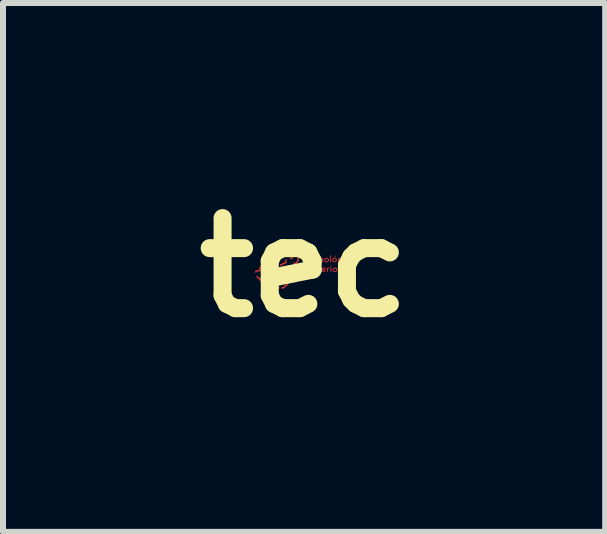
<source format=kicad_pcb>
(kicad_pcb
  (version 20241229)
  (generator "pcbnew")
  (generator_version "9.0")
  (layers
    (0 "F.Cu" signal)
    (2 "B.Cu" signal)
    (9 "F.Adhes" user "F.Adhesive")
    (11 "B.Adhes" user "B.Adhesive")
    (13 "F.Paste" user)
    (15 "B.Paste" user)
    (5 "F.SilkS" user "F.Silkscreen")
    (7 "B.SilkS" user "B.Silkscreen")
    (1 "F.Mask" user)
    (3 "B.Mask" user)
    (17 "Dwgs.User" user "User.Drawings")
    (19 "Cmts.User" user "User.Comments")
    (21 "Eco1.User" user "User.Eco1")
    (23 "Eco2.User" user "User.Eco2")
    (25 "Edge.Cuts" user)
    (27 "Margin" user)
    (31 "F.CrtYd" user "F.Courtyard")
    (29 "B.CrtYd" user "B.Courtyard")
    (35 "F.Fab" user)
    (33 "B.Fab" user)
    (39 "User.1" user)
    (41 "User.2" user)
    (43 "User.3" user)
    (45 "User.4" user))
  (footprint "tec"
    (layer "F.Cu")
    (at 2.014 1.404)
    (property "Reference" "tec" (at 0 0 0) (layer "F.SilkS") (effects (font (size 1.5 1.5) (thickness 0.3))))
    (attr board_only exclude_from_pos_files exclude_from_bom)
    (fp_poly (pts (xy -0.134 -0.178) (xy -0.134 -0.177) (xy -0.135 -0.178) (xy -0.134 -0.179)) (stroke (width 0) (type solid)) (fill yes) (layer "F.Cu"))
    (fp_poly (pts (xy -0.118 -0.182) (xy -0.119 -0.181) (xy -0.119 -0.182) (xy -0.119 -0.183)) (stroke (width 0) (type solid)) (fill yes) (layer "F.Cu"))
    (fp_poly (pts (xy -0.456 -0.276) (xy -0.456 -0.25) (xy -0.469 -0.25) (xy -0.482 -0.25) (xy -0.482 -0.276) (xy -0.482 -0.302) (xy -0.469 -0.302) (xy -0.456 -0.302)) (stroke (width 0) (type solid)) (fill yes) (layer "F.Cu"))
    (fp_poly (pts (xy 0.45 -0.143) (xy 0.45 -0.086) (xy 0.442 -0.086) (xy 0.433 -0.086) (xy 0.433 -0.143) (xy 0.433 -0.2) (xy 0.442 -0.2) (xy 0.45 -0.2)) (stroke (width 0) (type solid)) (fill yes) (layer "F.Cu"))
    (fp_poly (pts (xy 0.678 -0.123) (xy 0.678 -0.086) (xy 0.669 -0.086) (xy 0.66 -0.086) (xy 0.661 -0.122) (xy 0.661 -0.158) (xy 0.669 -0.159) (xy 0.678 -0.159)) (stroke (width 0) (type solid)) (fill yes) (layer "F.Cu"))
    (fp_poly (pts (xy -0.482 -0.328) (xy -0.482 -0.302) (xy -0.495 -0.302) (xy -0.509 -0.302) (xy -0.509 -0.315) (xy -0.509 -0.328) (xy -0.522 -0.328) (xy -0.535 -0.328) (xy -0.535 -0.342) (xy -0.535 -0.355) (xy -0.509 -0.355) (xy -0.482 -0.355)) (stroke (width 0) (type solid)) (fill yes) (layer "F.Cu"))
    (fp_poly (pts (xy 0.447 0.003) (xy 0.456 0.003) (xy 0.456 0.037) (xy 0.456 0.046) (xy 0.456 0.055) (xy 0.456 0.062) (xy 0.456 0.068) (xy 0.456 0.071) (xy 0.456 0.073) (xy 0.455 0.074) (xy 0.451 0.074) (xy 0.447 0.074) (xy 0.438 0.074) (xy 0.438 0.038) (xy 0.438 0.003)) (stroke (width 0) (type solid)) (fill yes) (layer "F.Cu"))
    (fp_poly (pts (xy 0.676 -0.192) (xy 0.679 -0.189) (xy 0.681 -0.185) (xy 0.68 -0.18) (xy 0.678 -0.177) (xy 0.673 -0.174) (xy 0.668 -0.173) (xy 0.664 -0.174) (xy 0.66 -0.177) (xy 0.658 -0.182) (xy 0.658 -0.185) (xy 0.659 -0.189) (xy 0.662 -0.192) (xy 0.665 -0.193) (xy 0.671 -0.194)) (stroke (width 0) (type solid)) (fill yes) (layer "F.Cu"))
    (fp_poly (pts (xy 0.098 -0.185) (xy 0.098 -0.176) (xy 0.081 -0.176) (xy 0.065 -0.176) (xy 0.065 -0.131) (xy 0.065 -0.086) (xy 0.056 -0.086) (xy 0.046 -0.086) (xy 0.046 -0.131) (xy 0.046 -0.176) (xy 0.03 -0.176) (xy 0.013 -0.176) (xy 0.013 -0.185) (xy 0.013 -0.193) (xy 0.056 -0.193) (xy 0.098 -0.193)) (stroke (width 0) (type solid)) (fill yes) (layer "F.Cu"))
    (fp_poly (pts (xy 0.453 -0.032) (xy 0.455 -0.031) (xy 0.458 -0.027) (xy 0.459 -0.023) (xy 0.458 -0.018) (xy 0.454 -0.014) (xy 0.454 -0.014) (xy 0.449 -0.012) (xy 0.444 -0.013) (xy 0.44 -0.016) (xy 0.44 -0.016) (xy 0.437 -0.02) (xy 0.436 -0.024) (xy 0.438 -0.029) (xy 0.439 -0.03) (xy 0.443 -0.032) (xy 0.448 -0.033)) (stroke (width 0) (type solid)) (fill yes) (layer "F.Cu"))
    (fp_poly (pts (xy 0.529 -0.186) (xy 0.524 -0.181) (xy 0.52 -0.176) (xy 0.516 -0.174) (xy 0.514 -0.172) (xy 0.511 -0.171) (xy 0.509 -0.171) (xy 0.507 -0.171) (xy 0.503 -0.171) (xy 0.502 -0.172) (xy 0.502 -0.173) (xy 0.503 -0.174) (xy 0.505 -0.178) (xy 0.508 -0.182) (xy 0.509 -0.184) (xy 0.516 -0.193) (xy 0.526 -0.193) (xy 0.535 -0.193)) (stroke (width 0) (type solid)) (fill yes) (layer "F.Cu"))
    (fp_poly (pts (xy -0.404 -0.291) (xy -0.404 -0.286) (xy -0.404 -0.281) (xy -0.403 -0.279) (xy -0.403 -0.278) (xy -0.403 -0.277) (xy -0.401 -0.277) (xy -0.397 -0.276) (xy -0.392 -0.276) (xy -0.39 -0.276) (xy -0.377 -0.275) (xy -0.377 -0.263) (xy -0.377 -0.25) (xy -0.403 -0.25) (xy -0.429 -0.25) (xy -0.429 -0.276) (xy -0.429 -0.302) (xy -0.417 -0.302) (xy -0.404 -0.302)) (stroke (width 0) (type solid)) (fill yes) (layer "F.Cu"))
    (fp_poly (pts (xy -0.595 0.034) (xy -0.595 0.041) (xy -0.595 0.048) (xy -0.595 0.053) (xy -0.595 0.057) (xy -0.595 0.058) (xy -0.595 0.058) (xy -0.596 0.058) (xy -0.6 0.058) (xy -0.605 0.057) (xy -0.608 0.057) (xy -0.62 0.056) (xy -0.62 0.034) (xy -0.62 0.027) (xy -0.62 0.02) (xy -0.62 0.015) (xy -0.62 0.012) (xy -0.62 0.011) (xy -0.619 0.01) (xy -0.616 0.01) (xy -0.611 0.009) (xy -0.607 0.009) (xy -0.595 0.009)) (stroke (width 0) (type solid)) (fill yes) (layer "F.Cu"))
    (fp_poly (pts (xy -0.163 -0.19) (xy -0.163 -0.176) (xy -0.167 -0.176) (xy -0.169 -0.176) (xy -0.172 -0.175) (xy -0.174 -0.173) (xy -0.177 -0.169) (xy -0.182 -0.165) (xy -0.187 -0.158) (xy -0.188 -0.156) (xy -0.194 -0.149) (xy -0.199 -0.143) (xy -0.204 -0.139) (xy -0.209 -0.137) (xy -0.215 -0.136) (xy -0.222 -0.135) (xy -0.225 -0.135) (xy -0.236 -0.135) (xy -0.236 -0.148) (xy -0.236 -0.162) (xy -0.226 -0.162) (xy -0.217 -0.162) (xy -0.207 -0.174) (xy -0.203 -0.179) (xy -0.199 -0.184) (xy -0.196 -0.188) (xy -0.194 -0.19) (xy -0.188 -0.195) (xy -0.181 -0.199) (xy -0.173 -0.202) (xy -0.17 -0.202) (xy -0.163 -0.203)) (stroke (width 0) (type solid)) (fill yes) (layer "F.Cu"))
    (fp_poly (pts (xy -0.507 -0.07) (xy -0.507 -0.057) (xy -0.514 -0.057) (xy -0.521 -0.056) (xy -0.529 -0.052) (xy -0.535 -0.047) (xy -0.539 -0.041) (xy -0.54 -0.037) (xy -0.541 -0.035) (xy -0.541 -0.03) (xy -0.541 -0.023) (xy -0.541 -0.015) (xy -0.542 -0.005) (xy -0.542 0.006) (xy -0.542 0.013) (xy -0.542 0.058) (xy -0.555 0.058) (xy -0.568 0.058) (xy -0.568 0.013) (xy -0.568 0.002) (xy -0.568 -0.008) (xy -0.568 -0.018) (xy -0.568 -0.026) (xy -0.567 -0.032) (xy -0.567 -0.037) (xy -0.567 -0.039) (xy -0.564 -0.05) (xy -0.558 -0.06) (xy -0.551 -0.068) (xy -0.542 -0.075) (xy -0.531 -0.08) (xy -0.52 -0.083) (xy -0.513 -0.083) (xy -0.507 -0.083)) (stroke (width 0) (type solid)) (fill yes) (layer "F.Cu"))
    (fp_poly (pts (xy -0.085 -0.15) (xy -0.085 -0.139) (xy -0.085 -0.13) (xy -0.086 -0.123) (xy -0.087 -0.117) (xy -0.088 -0.111) (xy -0.09 -0.106) (xy -0.092 -0.101) (xy -0.093 -0.098) (xy -0.095 -0.095) (xy -0.097 -0.092) (xy -0.099 -0.089) (xy -0.103 -0.085) (xy -0.107 -0.079) (xy -0.113 -0.072) (xy -0.116 -0.068) (xy -0.129 -0.053) (xy -0.154 -0.053) (xy -0.179 -0.053) (xy -0.179 -0.066) (xy -0.179 -0.079) (xy -0.16 -0.079) (xy -0.141 -0.079) (xy -0.13 -0.092) (xy -0.124 -0.1) (xy -0.119 -0.106) (xy -0.116 -0.113) (xy -0.113 -0.119) (xy -0.112 -0.127) (xy -0.111 -0.135) (xy -0.11 -0.145) (xy -0.11 -0.156) (xy -0.11 -0.176) (xy -0.097 -0.176) (xy -0.085 -0.176)) (stroke (width 0) (type solid)) (fill yes) (layer "F.Cu"))
    (fp_poly (pts (xy 0.422 0.001) (xy 0.424 0.001) (xy 0.425 0.003) (xy 0.425 0.006) (xy 0.425 0.01) (xy 0.425 0.018) (xy 0.419 0.018) (xy 0.412 0.018) (xy 0.405 0.021) (xy 0.4 0.026) (xy 0.4 0.026) (xy 0.399 0.028) (xy 0.398 0.03) (xy 0.398 0.033) (xy 0.398 0.036) (xy 0.397 0.041) (xy 0.397 0.048) (xy 0.397 0.053) (xy 0.397 0.074) (xy 0.389 0.074) (xy 0.384 0.074) (xy 0.381 0.073) (xy 0.38 0.073) (xy 0.38 0.071) (xy 0.38 0.067) (xy 0.38 0.061) (xy 0.38 0.054) (xy 0.38 0.046) (xy 0.38 0.037) (xy 0.38 0.003) (xy 0.389 0.003) (xy 0.397 0.003) (xy 0.397 0.008) (xy 0.397 0.013) (xy 0.4 0.009) (xy 0.406 0.005) (xy 0.412 0.002) (xy 0.418 0.000157)) (stroke (width 0) (type solid)) (fill yes) (layer "F.Cu"))
    (fp_poly (pts (xy 0.613 0.001) (xy 0.615 0.001) (xy 0.616 0.003) (xy 0.616 0.006) (xy 0.616 0.01) (xy 0.616 0.018) (xy 0.61 0.018) (xy 0.602 0.018) (xy 0.596 0.021) (xy 0.591 0.026) (xy 0.591 0.026) (xy 0.59 0.028) (xy 0.589 0.03) (xy 0.589 0.033) (xy 0.588 0.036) (xy 0.588 0.041) (xy 0.588 0.048) (xy 0.588 0.053) (xy 0.588 0.074) (xy 0.58 0.074) (xy 0.575 0.074) (xy 0.572 0.073) (xy 0.571 0.073) (xy 0.571 0.071) (xy 0.57 0.067) (xy 0.57 0.061) (xy 0.57 0.054) (xy 0.57 0.046) (xy 0.571 0.037) (xy 0.571 0.003) (xy 0.58 0.003) (xy 0.588 0.003) (xy 0.588 0.008) (xy 0.588 0.013) (xy 0.594 0.007) (xy 0.6 0.003) (xy 0.606 0.000472) (xy 0.612 0.000272)) (stroke (width 0) (type solid)) (fill yes) (layer "F.Cu"))
    (fp_poly (pts (xy 0.118 0.003) (xy 0.127 0.003) (xy 0.128 0.026) (xy 0.128 0.034) (xy 0.128 0.042) (xy 0.129 0.047) (xy 0.129 0.051) (xy 0.13 0.052) (xy 0.133 0.057) (xy 0.137 0.059) (xy 0.142 0.06) (xy 0.147 0.059) (xy 0.152 0.057) (xy 0.155 0.052) (xy 0.156 0.052) (xy 0.157 0.049) (xy 0.157 0.044) (xy 0.157 0.036) (xy 0.158 0.026) (xy 0.158 0.025) (xy 0.158 0.003) (xy 0.167 0.003) (xy 0.176 0.003) (xy 0.176 0.038) (xy 0.176 0.074) (xy 0.168 0.074) (xy 0.159 0.074) (xy 0.159 0.069) (xy 0.159 0.063) (xy 0.154 0.068) (xy 0.149 0.073) (xy 0.141 0.076) (xy 0.134 0.077) (xy 0.128 0.076) (xy 0.121 0.072) (xy 0.115 0.067) (xy 0.114 0.064) (xy 0.113 0.062) (xy 0.112 0.06) (xy 0.111 0.058) (xy 0.111 0.055) (xy 0.111 0.05) (xy 0.11 0.044) (xy 0.11 0.036) (xy 0.11 0.031) (xy 0.11 0.003)) (stroke (width 0) (type solid)) (fill yes) (layer "F.Cu"))
    (fp_poly (pts (xy 0.304 -0.158) (xy 0.31 -0.155) (xy 0.315 -0.149) (xy 0.316 -0.147) (xy 0.317 -0.145) (xy 0.318 -0.143) (xy 0.318 -0.14) (xy 0.318 -0.136) (xy 0.319 -0.13) (xy 0.319 -0.122) (xy 0.319 -0.114) (xy 0.319 -0.086) (xy 0.311 -0.086) (xy 0.302 -0.087) (xy 0.302 -0.11) (xy 0.301 -0.121) (xy 0.301 -0.129) (xy 0.3 -0.135) (xy 0.298 -0.139) (xy 0.296 -0.142) (xy 0.293 -0.144) (xy 0.289 -0.144) (xy 0.288 -0.144) (xy 0.281 -0.143) (xy 0.276 -0.14) (xy 0.274 -0.137) (xy 0.273 -0.135) (xy 0.272 -0.133) (xy 0.271 -0.13) (xy 0.271 -0.127) (xy 0.271 -0.122) (xy 0.271 -0.115) (xy 0.271 -0.109) (xy 0.271 -0.086) (xy 0.262 -0.086) (xy 0.253 -0.086) (xy 0.253 -0.123) (xy 0.253 -0.159) (xy 0.262 -0.159) (xy 0.27 -0.159) (xy 0.27 -0.154) (xy 0.27 -0.148) (xy 0.275 -0.153) (xy 0.281 -0.157) (xy 0.288 -0.16) (xy 0.296 -0.16)) (stroke (width 0) (type solid)) (fill yes) (layer "F.Cu"))
    (fp_poly (pts (xy -0.562 -0.256) (xy -0.561 -0.247) (xy -0.561 -0.24) (xy -0.56 -0.235) (xy -0.56 -0.233) (xy -0.557 -0.228) (xy -0.552 -0.226) (xy -0.545 -0.224) (xy -0.539 -0.224) (xy -0.53 -0.224) (xy -0.53 -0.213) (xy -0.529 -0.208) (xy -0.528 -0.204) (xy -0.527 -0.201) (xy -0.525 -0.198) (xy -0.521 -0.193) (xy -0.516 -0.191) (xy -0.512 -0.189) (xy -0.508 -0.189) (xy -0.508 -0.176) (xy -0.507 -0.163) (xy -0.512 -0.163) (xy -0.517 -0.164) (xy -0.522 -0.165) (xy -0.522 -0.165) (xy -0.531 -0.169) (xy -0.539 -0.175) (xy -0.546 -0.182) (xy -0.551 -0.189) (xy -0.552 -0.192) (xy -0.554 -0.196) (xy -0.556 -0.198) (xy -0.559 -0.2) (xy -0.56 -0.2) (xy -0.569 -0.205) (xy -0.577 -0.211) (xy -0.582 -0.22) (xy -0.583 -0.22) (xy -0.584 -0.223) (xy -0.585 -0.226) (xy -0.586 -0.229) (xy -0.586 -0.232) (xy -0.587 -0.236) (xy -0.587 -0.242) (xy -0.587 -0.25) (xy -0.587 -0.252) (xy -0.587 -0.275) (xy -0.574 -0.275) (xy -0.562 -0.276)) (stroke (width 0) (type solid)) (fill yes) (layer "F.Cu"))
    (fp_poly (pts (xy 0.821 -0.158) (xy 0.829 -0.155) (xy 0.836 -0.15) (xy 0.837 -0.149) (xy 0.842 -0.142) (xy 0.846 -0.133) (xy 0.847 -0.124) (xy 0.847 -0.115) (xy 0.844 -0.106) (xy 0.843 -0.105) (xy 0.838 -0.098) (xy 0.832 -0.092) (xy 0.824 -0.087) (xy 0.823 -0.087) (xy 0.817 -0.085) (xy 0.809 -0.085) (xy 0.802 -0.085) (xy 0.795 -0.086) (xy 0.793 -0.087) (xy 0.784 -0.092) (xy 0.777 -0.098) (xy 0.772 -0.107) (xy 0.769 -0.116) (xy 0.769 -0.123) (xy 0.769 -0.124) (xy 0.787 -0.124) (xy 0.788 -0.118) (xy 0.789 -0.113) (xy 0.79 -0.11) (xy 0.796 -0.105) (xy 0.802 -0.102) (xy 0.809 -0.101) (xy 0.816 -0.102) (xy 0.818 -0.103) (xy 0.824 -0.107) (xy 0.827 -0.112) (xy 0.829 -0.119) (xy 0.829 -0.121) (xy 0.828 -0.129) (xy 0.826 -0.135) (xy 0.821 -0.14) (xy 0.818 -0.142) (xy 0.81 -0.144) (xy 0.803 -0.144) (xy 0.797 -0.141) (xy 0.791 -0.136) (xy 0.79 -0.135) (xy 0.788 -0.13) (xy 0.787 -0.124) (xy 0.769 -0.124) (xy 0.77 -0.133) (xy 0.774 -0.142) (xy 0.779 -0.149) (xy 0.787 -0.155) (xy 0.793 -0.158) (xy 0.802 -0.16) (xy 0.811 -0.16)) (stroke (width 0) (type solid)) (fill yes) (layer "F.Cu"))
    (fp_poly (pts (xy -0.351 -0.238) (xy -0.352 -0.228) (xy -0.355 -0.22) (xy -0.36 -0.213) (xy -0.363 -0.209) (xy -0.368 -0.205) (xy -0.373 -0.202) (xy -0.379 -0.199) (xy -0.384 -0.198) (xy -0.385 -0.197) (xy -0.389 -0.197) (xy -0.394 -0.194) (xy -0.401 -0.191) (xy -0.409 -0.186) (xy -0.412 -0.185) (xy -0.42 -0.179) (xy -0.421 -0.17) (xy -0.422 -0.163) (xy -0.423 -0.157) (xy -0.424 -0.155) (xy -0.428 -0.149) (xy -0.434 -0.143) (xy -0.441 -0.139) (xy -0.448 -0.137) (xy -0.451 -0.136) (xy -0.453 -0.137) (xy -0.454 -0.137) (xy -0.454 -0.139) (xy -0.454 -0.143) (xy -0.454 -0.148) (xy -0.454 -0.15) (xy -0.454 -0.156) (xy -0.454 -0.16) (xy -0.453 -0.162) (xy -0.453 -0.163) (xy -0.452 -0.163) (xy -0.45 -0.164) (xy -0.448 -0.167) (xy -0.447 -0.172) (xy -0.446 -0.18) (xy -0.446 -0.181) (xy -0.446 -0.194) (xy -0.426 -0.206) (xy -0.417 -0.211) (xy -0.41 -0.215) (xy -0.404 -0.218) (xy -0.4 -0.221) (xy -0.396 -0.222) (xy -0.392 -0.223) (xy -0.39 -0.223) (xy -0.385 -0.225) (xy -0.38 -0.23) (xy -0.377 -0.236) (xy -0.376 -0.243) (xy -0.376 -0.245) (xy -0.376 -0.249) (xy -0.363 -0.249) (xy -0.351 -0.249)) (stroke (width 0) (type solid)) (fill yes) (layer "F.Cu"))
    (fp_poly (pts (xy 0.222 -0.159) (xy 0.226 -0.159) (xy 0.23 -0.158) (xy 0.233 -0.157) (xy 0.237 -0.154) (xy 0.24 -0.152) (xy 0.24 -0.149) (xy 0.238 -0.146) (xy 0.236 -0.144) (xy 0.23 -0.138) (xy 0.224 -0.141) (xy 0.219 -0.144) (xy 0.212 -0.144) (xy 0.207 -0.142) (xy 0.202 -0.139) (xy 0.198 -0.134) (xy 0.195 -0.127) (xy 0.195 -0.123) (xy 0.196 -0.115) (xy 0.199 -0.109) (xy 0.205 -0.104) (xy 0.205 -0.104) (xy 0.21 -0.101) (xy 0.216 -0.101) (xy 0.222 -0.102) (xy 0.227 -0.104) (xy 0.227 -0.104) (xy 0.23 -0.107) (xy 0.236 -0.101) (xy 0.238 -0.098) (xy 0.24 -0.095) (xy 0.241 -0.094) (xy 0.24 -0.093) (xy 0.237 -0.091) (xy 0.233 -0.089) (xy 0.233 -0.089) (xy 0.227 -0.086) (xy 0.222 -0.085) (xy 0.217 -0.085) (xy 0.215 -0.085) (xy 0.21 -0.085) (xy 0.205 -0.086) (xy 0.202 -0.087) (xy 0.194 -0.091) (xy 0.187 -0.096) (xy 0.182 -0.103) (xy 0.18 -0.106) (xy 0.178 -0.112) (xy 0.177 -0.12) (xy 0.177 -0.128) (xy 0.178 -0.135) (xy 0.18 -0.139) (xy 0.185 -0.147) (xy 0.191 -0.152) (xy 0.197 -0.156) (xy 0.2 -0.158) (xy 0.204 -0.159) (xy 0.208 -0.159) (xy 0.214 -0.16) (xy 0.215 -0.16)) (stroke (width 0) (type solid)) (fill yes) (layer "F.Cu"))
    (fp_poly (pts (xy 0.524 0.002) (xy 0.533 0.005) (xy 0.541 0.01) (xy 0.547 0.017) (xy 0.551 0.026) (xy 0.552 0.036) (xy 0.552 0.041) (xy 0.551 0.05) (xy 0.547 0.058) (xy 0.542 0.065) (xy 0.535 0.07) (xy 0.527 0.074) (xy 0.518 0.076) (xy 0.508 0.076) (xy 0.502 0.075) (xy 0.493 0.071) (xy 0.485 0.065) (xy 0.479 0.058) (xy 0.476 0.05) (xy 0.474 0.04) (xy 0.474 0.037) (xy 0.492 0.037) (xy 0.493 0.044) (xy 0.495 0.05) (xy 0.499 0.055) (xy 0.502 0.057) (xy 0.506 0.059) (xy 0.51 0.06) (xy 0.513 0.06) (xy 0.514 0.06) (xy 0.516 0.06) (xy 0.519 0.06) (xy 0.522 0.058) (xy 0.527 0.055) (xy 0.528 0.054) (xy 0.531 0.05) (xy 0.534 0.046) (xy 0.534 0.042) (xy 0.534 0.034) (xy 0.532 0.028) (xy 0.528 0.022) (xy 0.523 0.019) (xy 0.516 0.017) (xy 0.509 0.017) (xy 0.508 0.017) (xy 0.501 0.02) (xy 0.497 0.025) (xy 0.494 0.031) (xy 0.492 0.037) (xy 0.474 0.037) (xy 0.474 0.036) (xy 0.476 0.026) (xy 0.48 0.017) (xy 0.487 0.01) (xy 0.495 0.005) (xy 0.495 0.004) (xy 0.499 0.002) (xy 0.504 0.001) (xy 0.508 0.001) (xy 0.513 0.001)) (stroke (width 0) (type solid)) (fill yes) (layer "F.Cu"))
    (fp_poly (pts (xy 0.514 -0.16) (xy 0.518 -0.159) (xy 0.522 -0.158) (xy 0.525 -0.157) (xy 0.526 -0.156) (xy 0.534 -0.151) (xy 0.54 -0.144) (xy 0.544 -0.137) (xy 0.546 -0.128) (xy 0.547 -0.12) (xy 0.545 -0.111) (xy 0.542 -0.103) (xy 0.537 -0.096) (xy 0.53 -0.091) (xy 0.524 -0.087) (xy 0.516 -0.086) (xy 0.508 -0.085) (xy 0.5 -0.085) (xy 0.494 -0.087) (xy 0.494 -0.087) (xy 0.485 -0.091) (xy 0.477 -0.098) (xy 0.472 -0.106) (xy 0.47 -0.11) (xy 0.469 -0.113) (xy 0.469 -0.117) (xy 0.469 -0.122) (xy 0.469 -0.125) (xy 0.487 -0.125) (xy 0.487 -0.118) (xy 0.489 -0.112) (xy 0.493 -0.107) (xy 0.498 -0.103) (xy 0.504 -0.101) (xy 0.511 -0.101) (xy 0.517 -0.103) (xy 0.523 -0.107) (xy 0.527 -0.112) (xy 0.529 -0.119) (xy 0.529 -0.121) (xy 0.528 -0.128) (xy 0.526 -0.133) (xy 0.523 -0.137) (xy 0.521 -0.139) (xy 0.515 -0.143) (xy 0.508 -0.144) (xy 0.502 -0.144) (xy 0.496 -0.141) (xy 0.491 -0.136) (xy 0.489 -0.132) (xy 0.487 -0.125) (xy 0.469 -0.125) (xy 0.47 -0.132) (xy 0.473 -0.141) (xy 0.479 -0.149) (xy 0.486 -0.155) (xy 0.488 -0.156) (xy 0.491 -0.158) (xy 0.494 -0.159) (xy 0.498 -0.159) (xy 0.503 -0.16) (xy 0.507 -0.16)) (stroke (width 0) (type solid)) (fill yes) (layer "F.Cu"))
    (fp_poly (pts (xy 0.741 -0.159) (xy 0.745 -0.159) (xy 0.749 -0.158) (xy 0.752 -0.157) (xy 0.757 -0.154) (xy 0.759 -0.152) (xy 0.759 -0.149) (xy 0.757 -0.146) (xy 0.755 -0.144) (xy 0.749 -0.138) (xy 0.744 -0.141) (xy 0.738 -0.144) (xy 0.732 -0.144) (xy 0.726 -0.142) (xy 0.722 -0.139) (xy 0.718 -0.135) (xy 0.715 -0.129) (xy 0.714 -0.123) (xy 0.715 -0.116) (xy 0.716 -0.112) (xy 0.718 -0.109) (xy 0.722 -0.105) (xy 0.724 -0.104) (xy 0.728 -0.102) (xy 0.731 -0.101) (xy 0.736 -0.101) (xy 0.736 -0.101) (xy 0.742 -0.102) (xy 0.746 -0.104) (xy 0.746 -0.104) (xy 0.749 -0.107) (xy 0.755 -0.101) (xy 0.758 -0.098) (xy 0.76 -0.095) (xy 0.76 -0.094) (xy 0.759 -0.093) (xy 0.756 -0.091) (xy 0.752 -0.089) (xy 0.752 -0.089) (xy 0.747 -0.086) (xy 0.742 -0.085) (xy 0.736 -0.085) (xy 0.734 -0.085) (xy 0.729 -0.085) (xy 0.723 -0.086) (xy 0.72 -0.087) (xy 0.713 -0.091) (xy 0.706 -0.096) (xy 0.701 -0.103) (xy 0.7 -0.105) (xy 0.697 -0.112) (xy 0.696 -0.12) (xy 0.696 -0.128) (xy 0.698 -0.136) (xy 0.699 -0.139) (xy 0.704 -0.147) (xy 0.71 -0.152) (xy 0.716 -0.156) (xy 0.72 -0.158) (xy 0.723 -0.159) (xy 0.727 -0.159) (xy 0.733 -0.16) (xy 0.734 -0.16)) (stroke (width 0) (type solid)) (fill yes) (layer "F.Cu"))
    (fp_poly (pts (xy -0.206 0.091) (xy -0.206 0.104) (xy -0.225 0.105) (xy -0.234 0.105) (xy -0.241 0.106) (xy -0.246 0.107) (xy -0.25 0.108) (xy -0.253 0.109) (xy -0.258 0.112) (xy -0.264 0.115) (xy -0.271 0.119) (xy -0.279 0.124) (xy -0.281 0.125) (xy -0.306 0.14) (xy -0.323 0.14) (xy -0.331 0.141) (xy -0.337 0.141) (xy -0.341 0.142) (xy -0.344 0.143) (xy -0.345 0.146) (xy -0.346 0.149) (xy -0.346 0.149) (xy -0.345 0.152) (xy -0.344 0.155) (xy -0.341 0.156) (xy -0.337 0.157) (xy -0.33 0.158) (xy -0.326 0.158) (xy -0.311 0.158) (xy -0.311 0.171) (xy -0.311 0.184) (xy -0.322 0.184) (xy -0.329 0.183) (xy -0.335 0.183) (xy -0.341 0.183) (xy -0.341 0.183) (xy -0.349 0.181) (xy -0.356 0.178) (xy -0.363 0.172) (xy -0.363 0.172) (xy -0.368 0.165) (xy -0.371 0.157) (xy -0.372 0.148) (xy -0.371 0.14) (xy -0.367 0.132) (xy -0.362 0.125) (xy -0.361 0.123) (xy -0.357 0.12) (xy -0.353 0.118) (xy -0.348 0.116) (xy -0.343 0.115) (xy -0.335 0.114) (xy -0.329 0.114) (xy -0.312 0.113) (xy -0.29 0.1) (xy -0.279 0.094) (xy -0.271 0.089) (xy -0.263 0.085) (xy -0.256 0.083) (xy -0.249 0.081) (xy -0.242 0.08) (xy -0.233 0.079) (xy -0.226 0.079) (xy -0.206 0.078)) (stroke (width 0) (type solid)) (fill yes) (layer "F.Cu"))
    (fp_poly (pts (xy 0.382 -0.159) (xy 0.386 -0.159) (xy 0.39 -0.158) (xy 0.394 -0.156) (xy 0.395 -0.156) (xy 0.403 -0.151) (xy 0.409 -0.144) (xy 0.413 -0.135) (xy 0.415 -0.125) (xy 0.415 -0.121) (xy 0.414 -0.111) (xy 0.41 -0.103) (xy 0.404 -0.095) (xy 0.397 -0.09) (xy 0.396 -0.089) (xy 0.389 -0.087) (xy 0.381 -0.085) (xy 0.372 -0.085) (xy 0.364 -0.086) (xy 0.36 -0.087) (xy 0.354 -0.09) (xy 0.348 -0.096) (xy 0.343 -0.102) (xy 0.339 -0.108) (xy 0.339 -0.11) (xy 0.337 -0.12) (xy 0.355 -0.12) (xy 0.357 -0.113) (xy 0.36 -0.108) (xy 0.365 -0.103) (xy 0.368 -0.102) (xy 0.372 -0.101) (xy 0.377 -0.101) (xy 0.382 -0.102) (xy 0.386 -0.103) (xy 0.388 -0.104) (xy 0.393 -0.109) (xy 0.395 -0.113) (xy 0.397 -0.119) (xy 0.397 -0.122) (xy 0.396 -0.127) (xy 0.396 -0.131) (xy 0.394 -0.134) (xy 0.393 -0.136) (xy 0.387 -0.141) (xy 0.381 -0.144) (xy 0.374 -0.144) (xy 0.367 -0.142) (xy 0.366 -0.142) (xy 0.361 -0.138) (xy 0.357 -0.132) (xy 0.355 -0.126) (xy 0.355 -0.12) (xy 0.337 -0.12) (xy 0.337 -0.12) (xy 0.337 -0.13) (xy 0.34 -0.139) (xy 0.345 -0.147) (xy 0.352 -0.153) (xy 0.357 -0.156) (xy 0.361 -0.158) (xy 0.364 -0.159) (xy 0.368 -0.159) (xy 0.374 -0.16) (xy 0.375 -0.16)) (stroke (width 0) (type solid)) (fill yes) (layer "F.Cu"))
    (fp_poly (pts (xy -0.289 -0.11) (xy -0.289 -0.101) (xy -0.289 -0.094) (xy -0.29 -0.089) (xy -0.29 -0.085) (xy -0.291 -0.082) (xy -0.292 -0.079) (xy -0.292 -0.078) (xy -0.298 -0.069) (xy -0.305 -0.063) (xy -0.314 -0.058) (xy -0.324 -0.055) (xy -0.336 -0.054) (xy -0.337 -0.054) (xy -0.341 -0.055) (xy -0.344 -0.054) (xy -0.345 -0.053) (xy -0.346 -0.051) (xy -0.346 -0.051) (xy -0.348 -0.044) (xy -0.353 -0.038) (xy -0.358 -0.034) (xy -0.36 -0.033) (xy -0.363 -0.032) (xy -0.366 -0.032) (xy -0.37 -0.031) (xy -0.376 -0.031) (xy -0.382 -0.031) (xy -0.39 -0.031) (xy -0.395 -0.03) (xy -0.398 -0.031) (xy -0.4 -0.031) (xy -0.401 -0.032) (xy -0.401 -0.033) (xy -0.401 -0.033) (xy -0.401 -0.035) (xy -0.402 -0.039) (xy -0.402 -0.045) (xy -0.402 -0.046) (xy -0.402 -0.056) (xy -0.386 -0.057) (xy -0.38 -0.057) (xy -0.375 -0.057) (xy -0.373 -0.057) (xy -0.371 -0.058) (xy -0.371 -0.059) (xy -0.371 -0.06) (xy -0.37 -0.063) (xy -0.369 -0.066) (xy -0.369 -0.067) (xy -0.365 -0.072) (xy -0.361 -0.076) (xy -0.356 -0.079) (xy -0.35 -0.08) (xy -0.341 -0.081) (xy -0.339 -0.081) (xy -0.331 -0.081) (xy -0.325 -0.082) (xy -0.32 -0.084) (xy -0.318 -0.086) (xy -0.317 -0.088) (xy -0.316 -0.091) (xy -0.316 -0.095) (xy -0.315 -0.101) (xy -0.315 -0.109) (xy -0.315 -0.113) (xy -0.315 -0.135) (xy -0.302 -0.135) (xy -0.289 -0.135)) (stroke (width 0) (type solid)) (fill yes) (layer "F.Cu"))
    (fp_poly (pts (xy -0.266 0.211) (xy -0.263 0.211) (xy -0.261 0.211) (xy -0.26 0.212) (xy -0.26 0.213) (xy -0.26 0.215) (xy -0.26 0.219) (xy -0.26 0.225) (xy -0.259 0.232) (xy -0.259 0.24) (xy -0.259 0.241) (xy -0.259 0.268) (xy -0.265 0.281) (xy -0.27 0.292) (xy -0.276 0.3) (xy -0.282 0.306) (xy -0.289 0.31) (xy -0.297 0.312) (xy -0.303 0.313) (xy -0.309 0.323) (xy -0.315 0.333) (xy -0.323 0.342) (xy -0.333 0.348) (xy -0.335 0.349) (xy -0.338 0.351) (xy -0.341 0.352) (xy -0.345 0.352) (xy -0.349 0.353) (xy -0.355 0.353) (xy -0.362 0.353) (xy -0.381 0.354) (xy -0.381 0.341) (xy -0.381 0.336) (xy -0.381 0.331) (xy -0.381 0.329) (xy -0.381 0.328) (xy -0.38 0.328) (xy -0.376 0.328) (xy -0.371 0.328) (xy -0.365 0.327) (xy -0.363 0.327) (xy -0.356 0.327) (xy -0.351 0.327) (xy -0.348 0.326) (xy -0.345 0.325) (xy -0.343 0.324) (xy -0.341 0.322) (xy -0.338 0.32) (xy -0.335 0.316) (xy -0.332 0.311) (xy -0.329 0.304) (xy -0.328 0.302) (xy -0.32 0.286) (xy -0.309 0.286) (xy -0.304 0.286) (xy -0.3 0.285) (xy -0.296 0.284) (xy -0.294 0.281) (xy -0.292 0.276) (xy -0.289 0.27) (xy -0.287 0.266) (xy -0.286 0.263) (xy -0.286 0.26) (xy -0.285 0.257) (xy -0.285 0.253) (xy -0.285 0.247) (xy -0.285 0.239) (xy -0.285 0.235) (xy -0.285 0.211) (xy -0.272 0.211)) (stroke (width 0) (type solid)) (fill yes) (layer "F.Cu"))
    (fp_poly (pts (xy 0.138 -0.159) (xy 0.147 -0.156) (xy 0.153 -0.15) (xy 0.158 -0.143) (xy 0.161 -0.134) (xy 0.163 -0.126) (xy 0.163 -0.117) (xy 0.135 -0.117) (xy 0.125 -0.116) (xy 0.117 -0.116) (xy 0.111 -0.116) (xy 0.108 -0.116) (xy 0.107 -0.115) (xy 0.108 -0.113) (xy 0.109 -0.11) (xy 0.109 -0.109) (xy 0.113 -0.104) (xy 0.117 -0.101) (xy 0.123 -0.099) (xy 0.13 -0.099) (xy 0.136 -0.101) (xy 0.142 -0.104) (xy 0.144 -0.106) (xy 0.146 -0.109) (xy 0.152 -0.104) (xy 0.155 -0.102) (xy 0.158 -0.1) (xy 0.158 -0.099) (xy 0.158 -0.098) (xy 0.156 -0.095) (xy 0.152 -0.092) (xy 0.149 -0.09) (xy 0.147 -0.089) (xy 0.141 -0.087) (xy 0.134 -0.085) (xy 0.127 -0.085) (xy 0.12 -0.085) (xy 0.115 -0.087) (xy 0.106 -0.091) (xy 0.098 -0.097) (xy 0.093 -0.105) (xy 0.09 -0.114) (xy 0.09 -0.121) (xy 0.091 -0.13) (xy 0.107 -0.13) (xy 0.126 -0.13) (xy 0.133 -0.13) (xy 0.138 -0.13) (xy 0.141 -0.13) (xy 0.143 -0.131) (xy 0.144 -0.131) (xy 0.144 -0.132) (xy 0.144 -0.132) (xy 0.143 -0.138) (xy 0.14 -0.142) (xy 0.135 -0.145) (xy 0.128 -0.147) (xy 0.121 -0.146) (xy 0.115 -0.144) (xy 0.111 -0.139) (xy 0.108 -0.133) (xy 0.107 -0.13) (xy 0.091 -0.13) (xy 0.091 -0.131) (xy 0.094 -0.141) (xy 0.099 -0.148) (xy 0.106 -0.154) (xy 0.115 -0.158) (xy 0.125 -0.16) (xy 0.129 -0.16)) (stroke (width 0) (type solid)) (fill yes) (layer "F.Cu"))
    (fp_poly (pts (xy 0.071 -0.034) (xy 0.08 -0.031) (xy 0.087 -0.027) (xy 0.091 -0.024) (xy 0.084 -0.017) (xy 0.077 -0.01) (xy 0.072 -0.014) (xy 0.066 -0.017) (xy 0.06 -0.018) (xy 0.054 -0.018) (xy 0.048 -0.016) (xy 0.044 -0.013) (xy 0.041 -0.008) (xy 0.041 -0.005) (xy 0.041 -0.001) (xy 0.043 0.002) (xy 0.046 0.005) (xy 0.051 0.008) (xy 0.058 0.011) (xy 0.061 0.012) (xy 0.068 0.014) (xy 0.074 0.017) (xy 0.078 0.019) (xy 0.081 0.021) (xy 0.086 0.027) (xy 0.09 0.034) (xy 0.091 0.042) (xy 0.091 0.049) (xy 0.088 0.057) (xy 0.084 0.064) (xy 0.078 0.069) (xy 0.071 0.074) (xy 0.068 0.075) (xy 0.063 0.076) (xy 0.055 0.077) (xy 0.047 0.077) (xy 0.04 0.076) (xy 0.036 0.075) (xy 0.028 0.071) (xy 0.021 0.067) (xy 0.02 0.066) (xy 0.017 0.063) (xy 0.024 0.056) (xy 0.031 0.049) (xy 0.035 0.052) (xy 0.04 0.057) (xy 0.048 0.059) (xy 0.053 0.06) (xy 0.06 0.059) (xy 0.066 0.056) (xy 0.07 0.052) (xy 0.071 0.047) (xy 0.071 0.042) (xy 0.07 0.039) (xy 0.068 0.036) (xy 0.063 0.033) (xy 0.056 0.03) (xy 0.047 0.027) (xy 0.046 0.027) (xy 0.037 0.023) (xy 0.029 0.018) (xy 0.025 0.012) (xy 0.022 0.005) (xy 0.021 -0.003) (xy 0.022 -0.009) (xy 0.023 -0.014) (xy 0.025 -0.018) (xy 0.029 -0.023) (xy 0.036 -0.029) (xy 0.044 -0.033) (xy 0.054 -0.034) (xy 0.06 -0.035)) (stroke (width 0) (type solid)) (fill yes) (layer "F.Cu"))
    (fp_poly (pts (xy -0.782 0.138) (xy -0.778 0.138) (xy -0.773 0.139) (xy -0.771 0.14) (xy -0.77 0.141) (xy -0.77 0.142) (xy -0.769 0.145) (xy -0.769 0.147) (xy -0.768 0.15) (xy -0.766 0.152) (xy -0.763 0.156) (xy -0.76 0.159) (xy -0.754 0.164) (xy -0.748 0.171) (xy -0.739 0.178) (xy -0.737 0.18) (xy -0.727 0.189) (xy -0.72 0.196) (xy -0.713 0.202) (xy -0.709 0.207) (xy -0.705 0.211) (xy -0.702 0.215) (xy -0.701 0.218) (xy -0.7 0.222) (xy -0.699 0.225) (xy -0.699 0.23) (xy -0.699 0.232) (xy -0.699 0.242) (xy -0.69 0.251) (xy -0.679 0.261) (xy -0.67 0.269) (xy -0.662 0.276) (xy -0.655 0.281) (xy -0.65 0.285) (xy -0.645 0.288) (xy -0.641 0.29) (xy -0.637 0.29) (xy -0.637 0.29) (xy -0.633 0.29) (xy -0.633 0.303) (xy -0.633 0.317) (xy -0.637 0.316) (xy -0.642 0.316) (xy -0.646 0.315) (xy -0.651 0.314) (xy -0.655 0.313) (xy -0.659 0.311) (xy -0.663 0.308) (xy -0.668 0.305) (xy -0.674 0.3) (xy -0.682 0.294) (xy -0.69 0.286) (xy -0.7 0.277) (xy -0.701 0.277) (xy -0.725 0.255) (xy -0.725 0.241) (xy -0.725 0.227) (xy -0.73 0.222) (xy -0.733 0.219) (xy -0.738 0.215) (xy -0.743 0.21) (xy -0.748 0.206) (xy -0.757 0.197) (xy -0.766 0.19) (xy -0.772 0.184) (xy -0.777 0.179) (xy -0.781 0.175) (xy -0.784 0.172) (xy -0.786 0.17) (xy -0.788 0.167) (xy -0.789 0.165) (xy -0.791 0.163) (xy -0.791 0.163) (xy -0.793 0.156) (xy -0.795 0.149) (xy -0.795 0.146) (xy -0.796 0.138) (xy -0.791 0.138) (xy -0.787 0.138)) (stroke (width 0) (type solid)) (fill yes) (layer "F.Cu"))
    (fp_poly (pts (xy 0.332 0.001) (xy 0.334 0.001) (xy 0.343 0.004) (xy 0.351 0.009) (xy 0.356 0.015) (xy 0.36 0.024) (xy 0.361 0.034) (xy 0.361 0.035) (xy 0.362 0.045) (xy 0.335 0.045) (xy 0.325 0.045) (xy 0.318 0.045) (xy 0.313 0.045) (xy 0.309 0.046) (xy 0.308 0.047) (xy 0.307 0.048) (xy 0.308 0.05) (xy 0.309 0.052) (xy 0.309 0.053) (xy 0.312 0.056) (xy 0.317 0.059) (xy 0.322 0.061) (xy 0.327 0.062) (xy 0.331 0.061) (xy 0.337 0.059) (xy 0.341 0.057) (xy 0.343 0.055) (xy 0.345 0.053) (xy 0.346 0.053) (xy 0.348 0.054) (xy 0.35 0.056) (xy 0.354 0.058) (xy 0.356 0.061) (xy 0.358 0.062) (xy 0.358 0.062) (xy 0.357 0.064) (xy 0.354 0.066) (xy 0.353 0.067) (xy 0.347 0.072) (xy 0.339 0.075) (xy 0.33 0.076) (xy 0.322 0.076) (xy 0.317 0.075) (xy 0.307 0.071) (xy 0.3 0.066) (xy 0.295 0.06) (xy 0.291 0.052) (xy 0.289 0.044) (xy 0.289 0.035) (xy 0.291 0.028) (xy 0.307 0.028) (xy 0.308 0.03) (xy 0.31 0.03) (xy 0.314 0.031) (xy 0.32 0.031) (xy 0.325 0.031) (xy 0.334 0.031) (xy 0.339 0.031) (xy 0.343 0.03) (xy 0.344 0.029) (xy 0.344 0.027) (xy 0.342 0.023) (xy 0.34 0.02) (xy 0.337 0.017) (xy 0.337 0.017) (xy 0.33 0.014) (xy 0.323 0.014) (xy 0.317 0.016) (xy 0.312 0.019) (xy 0.309 0.022) (xy 0.308 0.026) (xy 0.307 0.028) (xy 0.291 0.028) (xy 0.291 0.025) (xy 0.295 0.017) (xy 0.302 0.01) (xy 0.31 0.005) (xy 0.317 0.002) (xy 0.323 0.001) (xy 0.327 0.000236)) (stroke (width 0) (type solid)) (fill yes) (layer "F.Cu"))
    (fp_poly (pts (xy 0.249 0.002) (xy 0.258 0.005) (xy 0.265 0.01) (xy 0.27 0.017) (xy 0.273 0.026) (xy 0.275 0.037) (xy 0.275 0.039) (xy 0.273 0.049) (xy 0.27 0.058) (xy 0.265 0.066) (xy 0.263 0.067) (xy 0.257 0.072) (xy 0.25 0.075) (xy 0.242 0.076) (xy 0.24 0.076) (xy 0.232 0.075) (xy 0.224 0.073) (xy 0.219 0.069) (xy 0.217 0.067) (xy 0.216 0.066) (xy 0.215 0.066) (xy 0.215 0.067) (xy 0.215 0.069) (xy 0.215 0.074) (xy 0.215 0.08) (xy 0.215 0.086) (xy 0.215 0.094) (xy 0.214 0.1) (xy 0.214 0.105) (xy 0.214 0.108) (xy 0.213 0.109) (xy 0.211 0.109) (xy 0.21 0.109) (xy 0.208 0.109) (xy 0.204 0.109) (xy 0.203 0.109) (xy 0.197 0.108) (xy 0.197 0.056) (xy 0.197 0.037) (xy 0.215 0.037) (xy 0.215 0.045) (xy 0.218 0.051) (xy 0.223 0.056) (xy 0.224 0.057) (xy 0.229 0.059) (xy 0.236 0.06) (xy 0.242 0.059) (xy 0.247 0.057) (xy 0.252 0.053) (xy 0.255 0.047) (xy 0.257 0.04) (xy 0.256 0.033) (xy 0.255 0.028) (xy 0.251 0.023) (xy 0.245 0.019) (xy 0.239 0.017) (xy 0.236 0.017) (xy 0.228 0.018) (xy 0.222 0.021) (xy 0.218 0.026) (xy 0.215 0.033) (xy 0.215 0.037) (xy 0.197 0.037) (xy 0.197 0.003) (xy 0.205 0.003) (xy 0.21 0.003) (xy 0.212 0.003) (xy 0.214 0.004) (xy 0.214 0.005) (xy 0.214 0.008) (xy 0.214 0.01) (xy 0.214 0.012) (xy 0.214 0.012) (xy 0.216 0.011) (xy 0.216 0.01) (xy 0.218 0.008) (xy 0.221 0.006) (xy 0.223 0.004) (xy 0.227 0.002) (xy 0.231 0.001) (xy 0.236 0.001) (xy 0.239 0.001)) (stroke (width 0) (type solid)) (fill yes) (layer "F.Cu"))
    (fp_poly (pts (xy -0.655 -0.044) (xy -0.651 -0.043) (xy -0.649 -0.043) (xy -0.648 -0.042) (xy -0.648 -0.041) (xy -0.648 -0.039) (xy -0.647 -0.035) (xy -0.647 -0.03) (xy -0.647 -0.028) (xy -0.647 -0.018) (xy -0.664 -0.017) (xy -0.672 -0.017) (xy -0.677 -0.016) (xy -0.681 -0.016) (xy -0.684 -0.015) (xy -0.687 -0.013) (xy -0.689 -0.013) (xy -0.693 -0.01) (xy -0.698 -0.006) (xy -0.704 -0.001) (xy -0.71 0.004) (xy -0.715 0.01) (xy -0.72 0.015) (xy -0.724 0.02) (xy -0.726 0.023) (xy -0.726 0.024) (xy -0.726 0.027) (xy -0.727 0.032) (xy -0.727 0.038) (xy -0.727 0.045) (xy -0.727 0.048) (xy -0.727 0.068) (xy -0.754 0.068) (xy -0.764 0.068) (xy -0.772 0.068) (xy -0.778 0.069) (xy -0.782 0.069) (xy -0.785 0.07) (xy -0.785 0.07) (xy -0.789 0.072) (xy -0.792 0.076) (xy -0.794 0.08) (xy -0.795 0.082) (xy -0.795 0.084) (xy -0.797 0.085) (xy -0.8 0.086) (xy -0.806 0.086) (xy -0.809 0.086) (xy -0.815 0.086) (xy -0.818 0.086) (xy -0.82 0.085) (xy -0.821 0.084) (xy -0.821 0.081) (xy -0.82 0.077) (xy -0.819 0.072) (xy -0.817 0.067) (xy -0.816 0.065) (xy -0.811 0.058) (xy -0.805 0.052) (xy -0.797 0.047) (xy -0.797 0.047) (xy -0.794 0.045) (xy -0.791 0.044) (xy -0.788 0.044) (xy -0.784 0.043) (xy -0.778 0.043) (xy -0.771 0.043) (xy -0.753 0.042) (xy -0.752 0.029) (xy -0.752 0.022) (xy -0.751 0.017) (xy -0.749 0.012) (xy -0.747 0.007) (xy -0.743 0.002) (xy -0.739 -0.004) (xy -0.732 -0.01) (xy -0.727 -0.015) (xy -0.718 -0.024) (xy -0.709 -0.031) (xy -0.7 -0.036) (xy -0.692 -0.04) (xy -0.683 -0.042) (xy -0.672 -0.043) (xy -0.661 -0.044)) (stroke (width 0) (type solid)) (fill yes) (layer "F.Cu"))
    (fp_poly (pts (xy -0.531 0.232) (xy -0.52 0.232) (xy -0.51 0.232) (xy -0.462 0.232) (xy -0.453 0.237) (xy -0.443 0.243) (xy -0.436 0.251) (xy -0.429 0.261) (xy -0.428 0.263) (xy -0.427 0.266) (xy -0.427 0.268) (xy -0.426 0.272) (xy -0.426 0.276) (xy -0.426 0.282) (xy -0.425 0.29) (xy -0.425 0.295) (xy -0.425 0.305) (xy -0.424 0.313) (xy -0.424 0.319) (xy -0.423 0.323) (xy -0.421 0.325) (xy -0.419 0.327) (xy -0.416 0.328) (xy -0.412 0.328) (xy -0.41 0.328) (xy -0.409 0.329) (xy -0.408 0.332) (xy -0.408 0.337) (xy -0.408 0.341) (xy -0.408 0.354) (xy -0.415 0.354) (xy -0.42 0.353) (xy -0.425 0.352) (xy -0.427 0.352) (xy -0.434 0.348) (xy -0.441 0.342) (xy -0.447 0.335) (xy -0.449 0.33) (xy -0.45 0.327) (xy -0.45 0.322) (xy -0.451 0.314) (xy -0.451 0.305) (xy -0.452 0.299) (xy -0.452 0.272) (xy -0.456 0.267) (xy -0.458 0.264) (xy -0.46 0.262) (xy -0.463 0.26) (xy -0.466 0.259) (xy -0.47 0.258) (xy -0.475 0.258) (xy -0.482 0.258) (xy -0.491 0.258) (xy -0.5 0.258) (xy -0.532 0.258) (xy -0.533 0.265) (xy -0.536 0.274) (xy -0.541 0.281) (xy -0.547 0.286) (xy -0.55 0.287) (xy -0.553 0.289) (xy -0.557 0.289) (xy -0.561 0.29) (xy -0.567 0.29) (xy -0.58 0.29) (xy -0.58 0.278) (xy -0.58 0.272) (xy -0.58 0.267) (xy -0.578 0.265) (xy -0.576 0.264) (xy -0.572 0.264) (xy -0.567 0.264) (xy -0.563 0.263) (xy -0.56 0.262) (xy -0.559 0.26) (xy -0.558 0.256) (xy -0.558 0.25) (xy -0.558 0.247) (xy -0.558 0.242) (xy -0.558 0.237) (xy -0.558 0.234) (xy -0.558 0.234) (xy -0.558 0.233) (xy -0.557 0.233) (xy -0.556 0.233) (xy -0.554 0.232) (xy -0.55 0.232) (xy -0.546 0.232) (xy -0.539 0.232)) (stroke (width 0) (type solid)) (fill yes) (layer "F.Cu"))
    (fp_poly (pts (xy 0.607 -0.159) (xy 0.614 -0.156) (xy 0.617 -0.153) (xy 0.621 -0.15) (xy 0.622 -0.153) (xy 0.622 -0.156) (xy 0.622 -0.158) (xy 0.623 -0.158) (xy 0.626 -0.159) (xy 0.63 -0.159) (xy 0.635 -0.159) (xy 0.638 -0.158) (xy 0.638 -0.157) (xy 0.638 -0.156) (xy 0.638 -0.152) (xy 0.638 -0.146) (xy 0.638 -0.138) (xy 0.638 -0.129) (xy 0.638 -0.12) (xy 0.638 -0.118) (xy 0.638 -0.107) (xy 0.638 -0.098) (xy 0.638 -0.091) (xy 0.638 -0.086) (xy 0.638 -0.082) (xy 0.637 -0.079) (xy 0.637 -0.076) (xy 0.636 -0.074) (xy 0.636 -0.073) (xy 0.632 -0.065) (xy 0.626 -0.059) (xy 0.619 -0.054) (xy 0.615 -0.052) (xy 0.61 -0.051) (xy 0.603 -0.051) (xy 0.595 -0.05) (xy 0.588 -0.051) (xy 0.582 -0.052) (xy 0.579 -0.052) (xy 0.573 -0.055) (xy 0.568 -0.057) (xy 0.564 -0.06) (xy 0.564 -0.06) (xy 0.564 -0.062) (xy 0.564 -0.064) (xy 0.566 -0.067) (xy 0.568 -0.069) (xy 0.573 -0.077) (xy 0.577 -0.073) (xy 0.585 -0.069) (xy 0.593 -0.067) (xy 0.602 -0.066) (xy 0.61 -0.069) (xy 0.61 -0.069) (xy 0.615 -0.072) (xy 0.618 -0.076) (xy 0.62 -0.083) (xy 0.621 -0.088) (xy 0.622 -0.096) (xy 0.618 -0.093) (xy 0.612 -0.089) (xy 0.603 -0.086) (xy 0.596 -0.086) (xy 0.588 -0.086) (xy 0.581 -0.089) (xy 0.574 -0.093) (xy 0.572 -0.095) (xy 0.567 -0.101) (xy 0.563 -0.11) (xy 0.561 -0.119) (xy 0.561 -0.122) (xy 0.579 -0.122) (xy 0.58 -0.115) (xy 0.583 -0.109) (xy 0.587 -0.106) (xy 0.591 -0.104) (xy 0.595 -0.102) (xy 0.6 -0.101) (xy 0.601 -0.101) (xy 0.604 -0.102) (xy 0.607 -0.103) (xy 0.613 -0.105) (xy 0.617 -0.109) (xy 0.62 -0.115) (xy 0.622 -0.121) (xy 0.621 -0.127) (xy 0.621 -0.128) (xy 0.618 -0.135) (xy 0.613 -0.14) (xy 0.607 -0.143) (xy 0.599 -0.144) (xy 0.598 -0.144) (xy 0.591 -0.142) (xy 0.585 -0.138) (xy 0.582 -0.134) (xy 0.579 -0.128) (xy 0.579 -0.122) (xy 0.561 -0.122) (xy 0.561 -0.128) (xy 0.563 -0.137) (xy 0.567 -0.146) (xy 0.569 -0.148) (xy 0.575 -0.153) (xy 0.582 -0.157) (xy 0.59 -0.16) (xy 0.598 -0.16)) (stroke (width 0) (type solid)) (fill yes) (layer "F.Cu")))
  (gr_rect
    (start -3 -3)
    (end 7.029 5.808)
    (stroke (width 0.1) (type default))
    (fill no)
    (layer "Edge.Cuts")))
</source>
